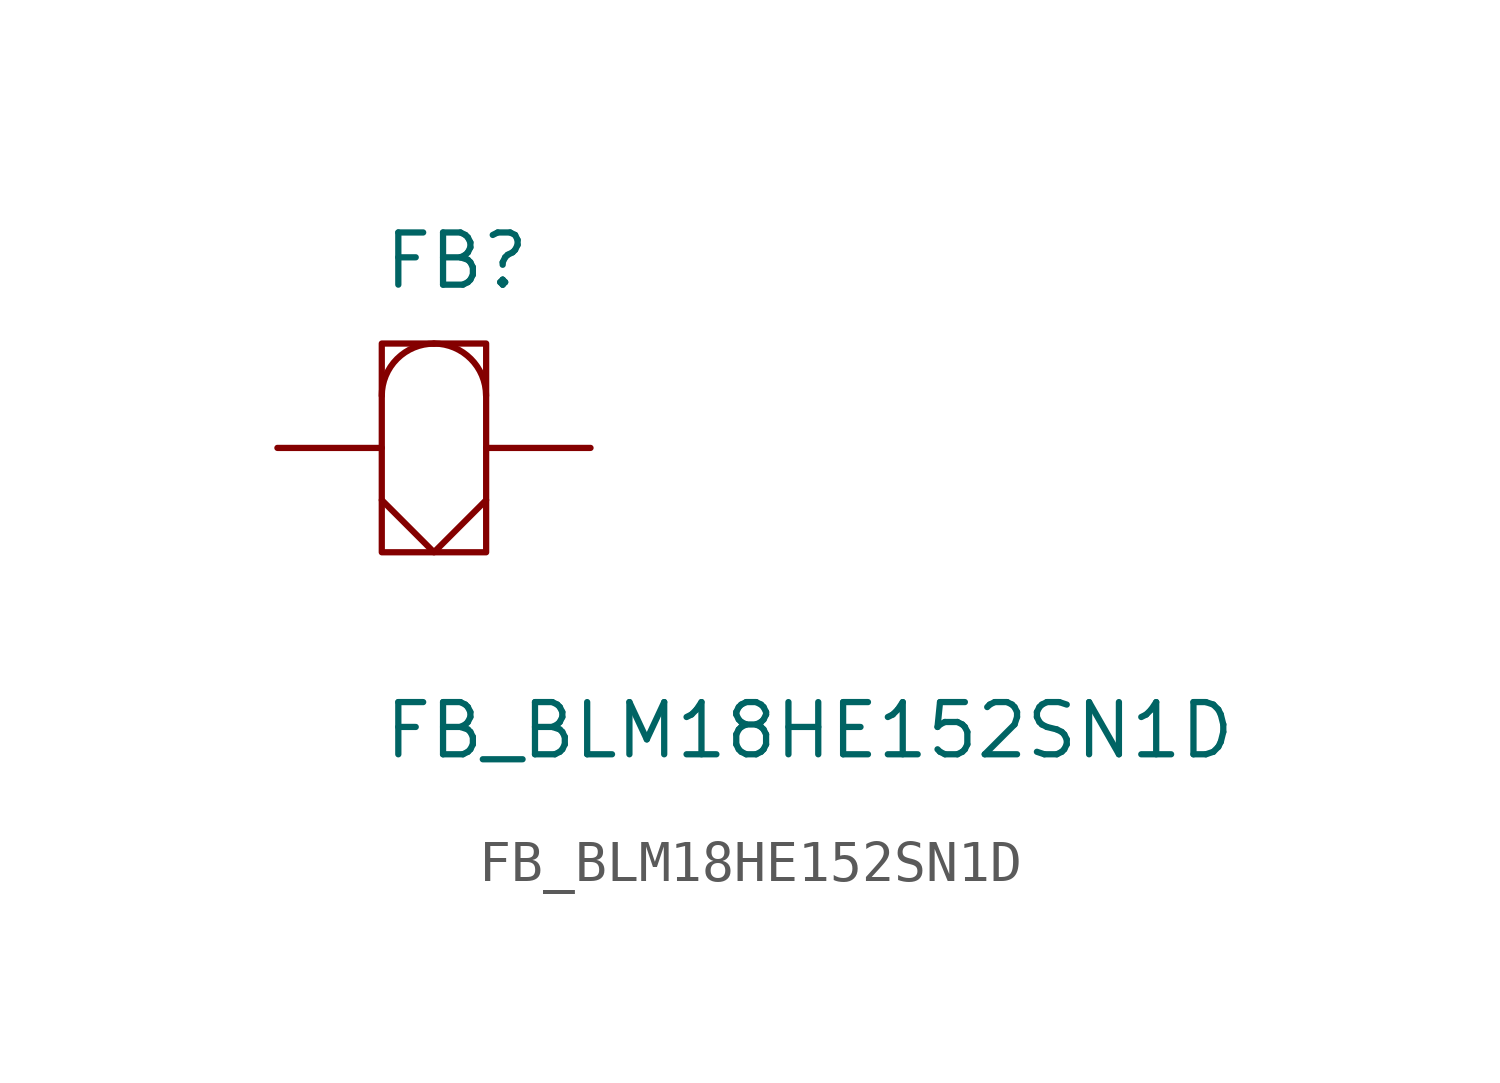
<source format=kicad_sym>
(kicad_symbol_lib
  (version 20201005)
  (generator kicad_symbol_editor)
  (symbol "NB3_hindbrain:FB_BLM18HE152SN1D"
    (pin_numbers hide)
    (pin_names
      (offset 1.016) hide)
    (property "Reference" "FB"
      (at 0 1.27 0)
      (effects (font (size 1.27 1.27)) (justify left bottom)))
    (property "Value" "FB_BLM18HE152SN1D"
      (at 0 -10.16 0)
      (effects (font (size 1.27 1.27)) (justify left bottom)))
    (symbol "FB_BLM18HE152SN1D_0_0"
      (pin passive line (at -2.54 -2.54 0) (length 2.54) (name "~" (effects (font (size 1.016 1.016)))) (number "1" (effects (font (size 1.016 1.016)))))
      (pin passive line (at 5.08 -2.54 180) (length 2.54) (name "~" (effects (font (size 1.016 1.016)))) (number "2" (effects (font (size 1.016 1.016))))))
    (symbol "FB_BLM18HE152SN1D_0_1"
      (rectangle (start 0 0) (end 2.54 -5.08) (stroke (width 0.152)) (fill (type none))))
    (symbol "FB_BLM18HE152SN1D_1_1"
      (arc (start 1.27 0) (end 2.54 -1.27) (radius (at 1.27 -1.27) (length 1.27) (angles 90 0)) (stroke (width 0.1524)) (fill (type none)))
      (arc (start 0 -1.27) (end 1.27 0) (radius (at 1.27 -1.27) (length 1.27) (angles 180 90)) (stroke (width 0.1524)) (fill (type none)))
      (polyline (pts (xy 0 -3.81) (xy 1.27 -5.08) (xy 2.54 -3.81)) (stroke (width 0.152)) (fill (type none))))))
</source>
